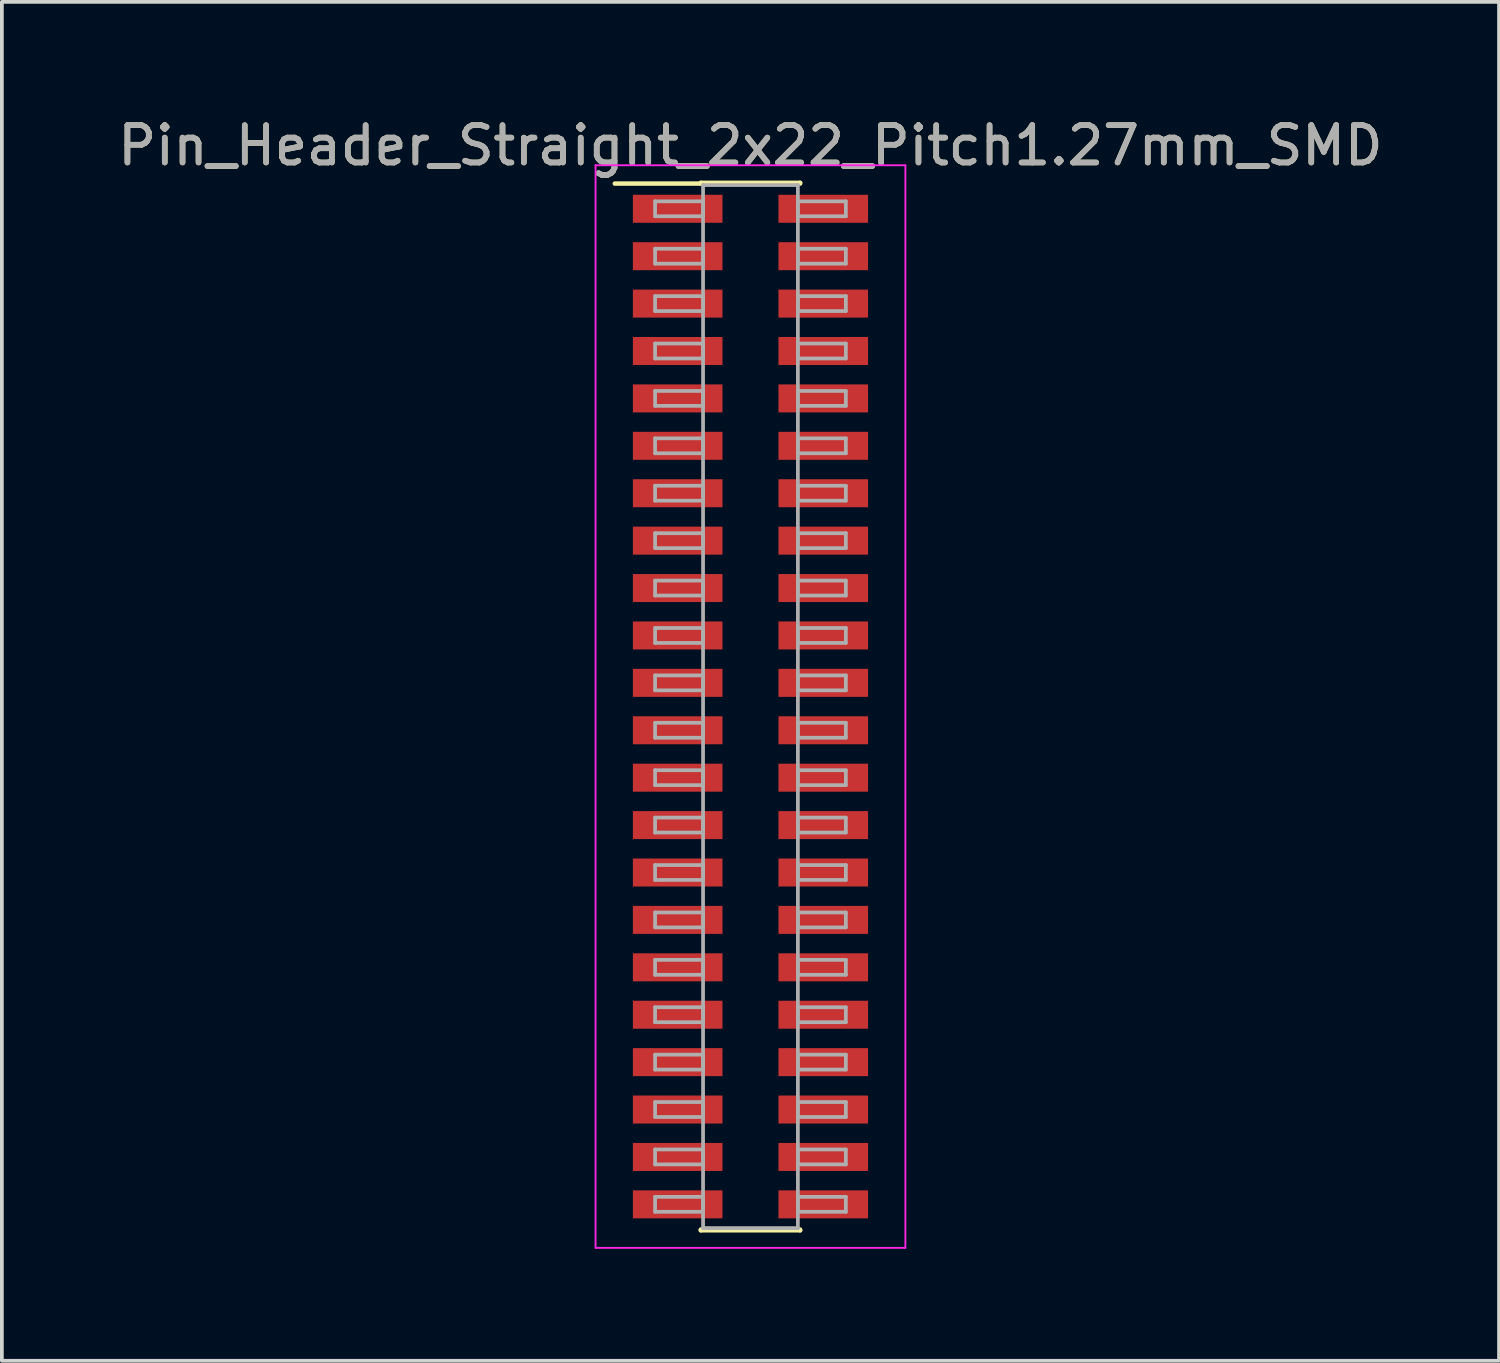
<source format=kicad_pcb>
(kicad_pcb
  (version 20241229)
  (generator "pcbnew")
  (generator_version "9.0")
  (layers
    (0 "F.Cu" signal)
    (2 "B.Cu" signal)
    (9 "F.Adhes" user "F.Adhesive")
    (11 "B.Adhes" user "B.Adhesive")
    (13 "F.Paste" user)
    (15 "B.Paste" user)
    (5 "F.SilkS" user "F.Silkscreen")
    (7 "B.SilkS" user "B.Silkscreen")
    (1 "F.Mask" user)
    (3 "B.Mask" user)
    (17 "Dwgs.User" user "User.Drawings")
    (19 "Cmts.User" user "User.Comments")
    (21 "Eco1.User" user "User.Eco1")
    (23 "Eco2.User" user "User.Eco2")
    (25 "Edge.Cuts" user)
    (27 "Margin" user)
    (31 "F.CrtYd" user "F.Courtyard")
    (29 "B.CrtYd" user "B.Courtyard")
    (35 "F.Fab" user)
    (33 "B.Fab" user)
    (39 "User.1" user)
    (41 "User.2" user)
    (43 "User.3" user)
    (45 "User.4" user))
  (footprint "Pin_Header_Straight_2x22_Pitch1.27mm_SMD"
    (layer "F.Cu")
    (at 17.054 15.878)
    (property "Reference" "Pin_Header_Straight_2x22_Pitch1.27mm_SMD" (at 0 -15.03 0) (layer "F.SilkS") (effects (font (size 1 1) (thickness 0.15))))
    (attr smd)
    (fp_line (start -3.635 -14.01) (end -1.33 -14.01) (stroke (width 0.12) (type solid)) (layer "F.SilkS"))
    (fp_line (start -1.33 -14.03) (end 1.33 -14.03) (stroke (width 0.12) (type solid)) (layer "F.SilkS"))
    (fp_line (start -1.33 -14.01) (end -1.33 -14.03) (stroke (width 0.12) (type solid)) (layer "F.SilkS"))
    (fp_line (start -1.33 14.01) (end -1.33 14.03) (stroke (width 0.12) (type solid)) (layer "F.SilkS"))
    (fp_line (start -1.33 14.03) (end 1.33 14.03) (stroke (width 0.12) (type solid)) (layer "F.SilkS"))
    (fp_line (start 1.33 -14.03) (end 1.33 -14.01) (stroke (width 0.12) (type solid)) (layer "F.SilkS"))
    (fp_line (start 1.33 14.03) (end 1.33 14.01) (stroke (width 0.12) (type solid)) (layer "F.SilkS"))
    (fp_line (start -4.15 -14.5) (end -4.15 14.5) (stroke (width 0.05) (type solid)) (layer "F.CrtYd"))
    (fp_line (start -4.15 14.5) (end 4.15 14.5) (stroke (width 0.05) (type solid)) (layer "F.CrtYd"))
    (fp_line (start 4.15 -14.5) (end -4.15 -14.5) (stroke (width 0.05) (type solid)) (layer "F.CrtYd"))
    (fp_line (start 4.15 14.5) (end 4.15 -14.5) (stroke (width 0.05) (type solid)) (layer "F.CrtYd"))
    (fp_line (start -2.555 -13.535) (end -1.27 -13.535) (stroke (width 0.1) (type solid)) (layer "F.Fab"))
    (fp_line (start -2.555 -13.135) (end -2.555 -13.535) (stroke (width 0.1) (type solid)) (layer "F.Fab"))
    (fp_line (start -2.555 -12.265) (end -1.27 -12.265) (stroke (width 0.1) (type solid)) (layer "F.Fab"))
    (fp_line (start -2.555 -11.865) (end -2.555 -12.265) (stroke (width 0.1) (type solid)) (layer "F.Fab"))
    (fp_line (start -2.555 -10.995) (end -1.27 -10.995) (stroke (width 0.1) (type solid)) (layer "F.Fab"))
    (fp_line (start -2.555 -10.595) (end -2.555 -10.995) (stroke (width 0.1) (type solid)) (layer "F.Fab"))
    (fp_line (start -2.555 -9.725) (end -1.27 -9.725) (stroke (width 0.1) (type solid)) (layer "F.Fab"))
    (fp_line (start -2.555 -9.325) (end -2.555 -9.725) (stroke (width 0.1) (type solid)) (layer "F.Fab"))
    (fp_line (start -2.555 -8.455) (end -1.27 -8.455) (stroke (width 0.1) (type solid)) (layer "F.Fab"))
    (fp_line (start -2.555 -8.055) (end -2.555 -8.455) (stroke (width 0.1) (type solid)) (layer "F.Fab"))
    (fp_line (start -2.555 -7.185) (end -1.27 -7.185) (stroke (width 0.1) (type solid)) (layer "F.Fab"))
    (fp_line (start -2.555 -6.785) (end -2.555 -7.185) (stroke (width 0.1) (type solid)) (layer "F.Fab"))
    (fp_line (start -2.555 -5.915) (end -1.27 -5.915) (stroke (width 0.1) (type solid)) (layer "F.Fab"))
    (fp_line (start -2.555 -5.515) (end -2.555 -5.915) (stroke (width 0.1) (type solid)) (layer "F.Fab"))
    (fp_line (start -2.555 -4.645) (end -1.27 -4.645) (stroke (width 0.1) (type solid)) (layer "F.Fab"))
    (fp_line (start -2.555 -4.245) (end -2.555 -4.645) (stroke (width 0.1) (type solid)) (layer "F.Fab"))
    (fp_line (start -2.555 -3.375) (end -1.27 -3.375) (stroke (width 0.1) (type solid)) (layer "F.Fab"))
    (fp_line (start -2.555 -2.975) (end -2.555 -3.375) (stroke (width 0.1) (type solid)) (layer "F.Fab"))
    (fp_line (start -2.555 -2.105) (end -1.27 -2.105) (stroke (width 0.1) (type solid)) (layer "F.Fab"))
    (fp_line (start -2.555 -1.705) (end -2.555 -2.105) (stroke (width 0.1) (type solid)) (layer "F.Fab"))
    (fp_line (start -2.555 -0.835) (end -1.27 -0.835) (stroke (width 0.1) (type solid)) (layer "F.Fab"))
    (fp_line (start -2.555 -0.435) (end -2.555 -0.835) (stroke (width 0.1) (type solid)) (layer "F.Fab"))
    (fp_line (start -2.555 0.435) (end -1.27 0.435) (stroke (width 0.1) (type solid)) (layer "F.Fab"))
    (fp_line (start -2.555 0.835) (end -2.555 0.435) (stroke (width 0.1) (type solid)) (layer "F.Fab"))
    (fp_line (start -2.555 1.705) (end -1.27 1.705) (stroke (width 0.1) (type solid)) (layer "F.Fab"))
    (fp_line (start -2.555 2.105) (end -2.555 1.705) (stroke (width 0.1) (type solid)) (layer "F.Fab"))
    (fp_line (start -2.555 2.975) (end -1.27 2.975) (stroke (width 0.1) (type solid)) (layer "F.Fab"))
    (fp_line (start -2.555 3.375) (end -2.555 2.975) (stroke (width 0.1) (type solid)) (layer "F.Fab"))
    (fp_line (start -2.555 4.245) (end -1.27 4.245) (stroke (width 0.1) (type solid)) (layer "F.Fab"))
    (fp_line (start -2.555 4.645) (end -2.555 4.245) (stroke (width 0.1) (type solid)) (layer "F.Fab"))
    (fp_line (start -2.555 5.515) (end -1.27 5.515) (stroke (width 0.1) (type solid)) (layer "F.Fab"))
    (fp_line (start -2.555 5.915) (end -2.555 5.515) (stroke (width 0.1) (type solid)) (layer "F.Fab"))
    (fp_line (start -2.555 6.785) (end -1.27 6.785) (stroke (width 0.1) (type solid)) (layer "F.Fab"))
    (fp_line (start -2.555 7.185) (end -2.555 6.785) (stroke (width 0.1) (type solid)) (layer "F.Fab"))
    (fp_line (start -2.555 8.055) (end -1.27 8.055) (stroke (width 0.1) (type solid)) (layer "F.Fab"))
    (fp_line (start -2.555 8.455) (end -2.555 8.055) (stroke (width 0.1) (type solid)) (layer "F.Fab"))
    (fp_line (start -2.555 9.325) (end -1.27 9.325) (stroke (width 0.1) (type solid)) (layer "F.Fab"))
    (fp_line (start -2.555 9.725) (end -2.555 9.325) (stroke (width 0.1) (type solid)) (layer "F.Fab"))
    (fp_line (start -2.555 10.595) (end -1.27 10.595) (stroke (width 0.1) (type solid)) (layer "F.Fab"))
    (fp_line (start -2.555 10.995) (end -2.555 10.595) (stroke (width 0.1) (type solid)) (layer "F.Fab"))
    (fp_line (start -2.555 11.865) (end -1.27 11.865) (stroke (width 0.1) (type solid)) (layer "F.Fab"))
    (fp_line (start -2.555 12.265) (end -2.555 11.865) (stroke (width 0.1) (type solid)) (layer "F.Fab"))
    (fp_line (start -2.555 13.135) (end -1.27 13.135) (stroke (width 0.1) (type solid)) (layer "F.Fab"))
    (fp_line (start -2.555 13.535) (end -2.555 13.135) (stroke (width 0.1) (type solid)) (layer "F.Fab"))
    (fp_line (start -1.27 -13.97) (end -1.27 13.97) (stroke (width 0.1) (type solid)) (layer "F.Fab"))
    (fp_line (start -1.27 -13.535) (end -1.27 -13.135) (stroke (width 0.1) (type solid)) (layer "F.Fab"))
    (fp_line (start -1.27 -13.135) (end -2.555 -13.135) (stroke (width 0.1) (type solid)) (layer "F.Fab"))
    (fp_line (start -1.27 -12.265) (end -1.27 -11.865) (stroke (width 0.1) (type solid)) (layer "F.Fab"))
    (fp_line (start -1.27 -11.865) (end -2.555 -11.865) (stroke (width 0.1) (type solid)) (layer "F.Fab"))
    (fp_line (start -1.27 -10.995) (end -1.27 -10.595) (stroke (width 0.1) (type solid)) (layer "F.Fab"))
    (fp_line (start -1.27 -10.595) (end -2.555 -10.595) (stroke (width 0.1) (type solid)) (layer "F.Fab"))
    (fp_line (start -1.27 -9.725) (end -1.27 -9.325) (stroke (width 0.1) (type solid)) (layer "F.Fab"))
    (fp_line (start -1.27 -9.325) (end -2.555 -9.325) (stroke (width 0.1) (type solid)) (layer "F.Fab"))
    (fp_line (start -1.27 -8.455) (end -1.27 -8.055) (stroke (width 0.1) (type solid)) (layer "F.Fab"))
    (fp_line (start -1.27 -8.055) (end -2.555 -8.055) (stroke (width 0.1) (type solid)) (layer "F.Fab"))
    (fp_line (start -1.27 -7.185) (end -1.27 -6.785) (stroke (width 0.1) (type solid)) (layer "F.Fab"))
    (fp_line (start -1.27 -6.785) (end -2.555 -6.785) (stroke (width 0.1) (type solid)) (layer "F.Fab"))
    (fp_line (start -1.27 -5.915) (end -1.27 -5.515) (stroke (width 0.1) (type solid)) (layer "F.Fab"))
    (fp_line (start -1.27 -5.515) (end -2.555 -5.515) (stroke (width 0.1) (type solid)) (layer "F.Fab"))
    (fp_line (start -1.27 -4.645) (end -1.27 -4.245) (stroke (width 0.1) (type solid)) (layer "F.Fab"))
    (fp_line (start -1.27 -4.245) (end -2.555 -4.245) (stroke (width 0.1) (type solid)) (layer "F.Fab"))
    (fp_line (start -1.27 -3.375) (end -1.27 -2.975) (stroke (width 0.1) (type solid)) (layer "F.Fab"))
    (fp_line (start -1.27 -2.975) (end -2.555 -2.975) (stroke (width 0.1) (type solid)) (layer "F.Fab"))
    (fp_line (start -1.27 -2.105) (end -1.27 -1.705) (stroke (width 0.1) (type solid)) (layer "F.Fab"))
    (fp_line (start -1.27 -1.705) (end -2.555 -1.705) (stroke (width 0.1) (type solid)) (layer "F.Fab"))
    (fp_line (start -1.27 -0.835) (end -1.27 -0.435) (stroke (width 0.1) (type solid)) (layer "F.Fab"))
    (fp_line (start -1.27 -0.435) (end -2.555 -0.435) (stroke (width 0.1) (type solid)) (layer "F.Fab"))
    (fp_line (start -1.27 0.435) (end -1.27 0.835) (stroke (width 0.1) (type solid)) (layer "F.Fab"))
    (fp_line (start -1.27 0.835) (end -2.555 0.835) (stroke (width 0.1) (type solid)) (layer "F.Fab"))
    (fp_line (start -1.27 1.705) (end -1.27 2.105) (stroke (width 0.1) (type solid)) (layer "F.Fab"))
    (fp_line (start -1.27 2.105) (end -2.555 2.105) (stroke (width 0.1) (type solid)) (layer "F.Fab"))
    (fp_line (start -1.27 2.975) (end -1.27 3.375) (stroke (width 0.1) (type solid)) (layer "F.Fab"))
    (fp_line (start -1.27 3.375) (end -2.555 3.375) (stroke (width 0.1) (type solid)) (layer "F.Fab"))
    (fp_line (start -1.27 4.245) (end -1.27 4.645) (stroke (width 0.1) (type solid)) (layer "F.Fab"))
    (fp_line (start -1.27 4.645) (end -2.555 4.645) (stroke (width 0.1) (type solid)) (layer "F.Fab"))
    (fp_line (start -1.27 5.515) (end -1.27 5.915) (stroke (width 0.1) (type solid)) (layer "F.Fab"))
    (fp_line (start -1.27 5.915) (end -2.555 5.915) (stroke (width 0.1) (type solid)) (layer "F.Fab"))
    (fp_line (start -1.27 6.785) (end -1.27 7.185) (stroke (width 0.1) (type solid)) (layer "F.Fab"))
    (fp_line (start -1.27 7.185) (end -2.555 7.185) (stroke (width 0.1) (type solid)) (layer "F.Fab"))
    (fp_line (start -1.27 8.055) (end -1.27 8.455) (stroke (width 0.1) (type solid)) (layer "F.Fab"))
    (fp_line (start -1.27 8.455) (end -2.555 8.455) (stroke (width 0.1) (type solid)) (layer "F.Fab"))
    (fp_line (start -1.27 9.325) (end -1.27 9.725) (stroke (width 0.1) (type solid)) (layer "F.Fab"))
    (fp_line (start -1.27 9.725) (end -2.555 9.725) (stroke (width 0.1) (type solid)) (layer "F.Fab"))
    (fp_line (start -1.27 10.595) (end -1.27 10.995) (stroke (width 0.1) (type solid)) (layer "F.Fab"))
    (fp_line (start -1.27 10.995) (end -2.555 10.995) (stroke (width 0.1) (type solid)) (layer "F.Fab"))
    (fp_line (start -1.27 11.865) (end -1.27 12.265) (stroke (width 0.1) (type solid)) (layer "F.Fab"))
    (fp_line (start -1.27 12.265) (end -2.555 12.265) (stroke (width 0.1) (type solid)) (layer "F.Fab"))
    (fp_line (start -1.27 13.135) (end -1.27 13.535) (stroke (width 0.1) (type solid)) (layer "F.Fab"))
    (fp_line (start -1.27 13.535) (end -2.555 13.535) (stroke (width 0.1) (type solid)) (layer "F.Fab"))
    (fp_line (start -1.27 13.97) (end 1.27 13.97) (stroke (width 0.1) (type solid)) (layer "F.Fab"))
    (fp_line (start 1.27 -13.97) (end -1.27 -13.97) (stroke (width 0.1) (type solid)) (layer "F.Fab"))
    (fp_line (start 1.27 -13.535) (end 1.27 -13.135) (stroke (width 0.1) (type solid)) (layer "F.Fab"))
    (fp_line (start 1.27 -13.135) (end 2.555 -13.135) (stroke (width 0.1) (type solid)) (layer "F.Fab"))
    (fp_line (start 1.27 -12.265) (end 1.27 -11.865) (stroke (width 0.1) (type solid)) (layer "F.Fab"))
    (fp_line (start 1.27 -11.865) (end 2.555 -11.865) (stroke (width 0.1) (type solid)) (layer "F.Fab"))
    (fp_line (start 1.27 -10.995) (end 1.27 -10.595) (stroke (width 0.1) (type solid)) (layer "F.Fab"))
    (fp_line (start 1.27 -10.595) (end 2.555 -10.595) (stroke (width 0.1) (type solid)) (layer "F.Fab"))
    (fp_line (start 1.27 -9.725) (end 1.27 -9.325) (stroke (width 0.1) (type solid)) (layer "F.Fab"))
    (fp_line (start 1.27 -9.325) (end 2.555 -9.325) (stroke (width 0.1) (type solid)) (layer "F.Fab"))
    (fp_line (start 1.27 -8.455) (end 1.27 -8.055) (stroke (width 0.1) (type solid)) (layer "F.Fab"))
    (fp_line (start 1.27 -8.055) (end 2.555 -8.055) (stroke (width 0.1) (type solid)) (layer "F.Fab"))
    (fp_line (start 1.27 -7.185) (end 1.27 -6.785) (stroke (width 0.1) (type solid)) (layer "F.Fab"))
    (fp_line (start 1.27 -6.785) (end 2.555 -6.785) (stroke (width 0.1) (type solid)) (layer "F.Fab"))
    (fp_line (start 1.27 -5.915) (end 1.27 -5.515) (stroke (width 0.1) (type solid)) (layer "F.Fab"))
    (fp_line (start 1.27 -5.515) (end 2.555 -5.515) (stroke (width 0.1) (type solid)) (layer "F.Fab"))
    (fp_line (start 1.27 -4.645) (end 1.27 -4.245) (stroke (width 0.1) (type solid)) (layer "F.Fab"))
    (fp_line (start 1.27 -4.245) (end 2.555 -4.245) (stroke (width 0.1) (type solid)) (layer "F.Fab"))
    (fp_line (start 1.27 -3.375) (end 1.27 -2.975) (stroke (width 0.1) (type solid)) (layer "F.Fab"))
    (fp_line (start 1.27 -2.975) (end 2.555 -2.975) (stroke (width 0.1) (type solid)) (layer "F.Fab"))
    (fp_line (start 1.27 -2.105) (end 1.27 -1.705) (stroke (width 0.1) (type solid)) (layer "F.Fab"))
    (fp_line (start 1.27 -1.705) (end 2.555 -1.705) (stroke (width 0.1) (type solid)) (layer "F.Fab"))
    (fp_line (start 1.27 -0.835) (end 1.27 -0.435) (stroke (width 0.1) (type solid)) (layer "F.Fab"))
    (fp_line (start 1.27 -0.435) (end 2.555 -0.435) (stroke (width 0.1) (type solid)) (layer "F.Fab"))
    (fp_line (start 1.27 0.435) (end 1.27 0.835) (stroke (width 0.1) (type solid)) (layer "F.Fab"))
    (fp_line (start 1.27 0.835) (end 2.555 0.835) (stroke (width 0.1) (type solid)) (layer "F.Fab"))
    (fp_line (start 1.27 1.705) (end 1.27 2.105) (stroke (width 0.1) (type solid)) (layer "F.Fab"))
    (fp_line (start 1.27 2.105) (end 2.555 2.105) (stroke (width 0.1) (type solid)) (layer "F.Fab"))
    (fp_line (start 1.27 2.975) (end 1.27 3.375) (stroke (width 0.1) (type solid)) (layer "F.Fab"))
    (fp_line (start 1.27 3.375) (end 2.555 3.375) (stroke (width 0.1) (type solid)) (layer "F.Fab"))
    (fp_line (start 1.27 4.245) (end 1.27 4.645) (stroke (width 0.1) (type solid)) (layer "F.Fab"))
    (fp_line (start 1.27 4.645) (end 2.555 4.645) (stroke (width 0.1) (type solid)) (layer "F.Fab"))
    (fp_line (start 1.27 5.515) (end 1.27 5.915) (stroke (width 0.1) (type solid)) (layer "F.Fab"))
    (fp_line (start 1.27 5.915) (end 2.555 5.915) (stroke (width 0.1) (type solid)) (layer "F.Fab"))
    (fp_line (start 1.27 6.785) (end 1.27 7.185) (stroke (width 0.1) (type solid)) (layer "F.Fab"))
    (fp_line (start 1.27 7.185) (end 2.555 7.185) (stroke (width 0.1) (type solid)) (layer "F.Fab"))
    (fp_line (start 1.27 8.055) (end 1.27 8.455) (stroke (width 0.1) (type solid)) (layer "F.Fab"))
    (fp_line (start 1.27 8.455) (end 2.555 8.455) (stroke (width 0.1) (type solid)) (layer "F.Fab"))
    (fp_line (start 1.27 9.325) (end 1.27 9.725) (stroke (width 0.1) (type solid)) (layer "F.Fab"))
    (fp_line (start 1.27 9.725) (end 2.555 9.725) (stroke (width 0.1) (type solid)) (layer "F.Fab"))
    (fp_line (start 1.27 10.595) (end 1.27 10.995) (stroke (width 0.1) (type solid)) (layer "F.Fab"))
    (fp_line (start 1.27 10.995) (end 2.555 10.995) (stroke (width 0.1) (type solid)) (layer "F.Fab"))
    (fp_line (start 1.27 11.865) (end 1.27 12.265) (stroke (width 0.1) (type solid)) (layer "F.Fab"))
    (fp_line (start 1.27 12.265) (end 2.555 12.265) (stroke (width 0.1) (type solid)) (layer "F.Fab"))
    (fp_line (start 1.27 13.135) (end 1.27 13.535) (stroke (width 0.1) (type solid)) (layer "F.Fab"))
    (fp_line (start 1.27 13.535) (end 2.555 13.535) (stroke (width 0.1) (type solid)) (layer "F.Fab"))
    (fp_line (start 1.27 13.97) (end 1.27 -13.97) (stroke (width 0.1) (type solid)) (layer "F.Fab"))
    (fp_line (start 2.555 -13.535) (end 1.27 -13.535) (stroke (width 0.1) (type solid)) (layer "F.Fab"))
    (fp_line (start 2.555 -13.135) (end 2.555 -13.535) (stroke (width 0.1) (type solid)) (layer "F.Fab"))
    (fp_line (start 2.555 -12.265) (end 1.27 -12.265) (stroke (width 0.1) (type solid)) (layer "F.Fab"))
    (fp_line (start 2.555 -11.865) (end 2.555 -12.265) (stroke (width 0.1) (type solid)) (layer "F.Fab"))
    (fp_line (start 2.555 -10.995) (end 1.27 -10.995) (stroke (width 0.1) (type solid)) (layer "F.Fab"))
    (fp_line (start 2.555 -10.595) (end 2.555 -10.995) (stroke (width 0.1) (type solid)) (layer "F.Fab"))
    (fp_line (start 2.555 -9.725) (end 1.27 -9.725) (stroke (width 0.1) (type solid)) (layer "F.Fab"))
    (fp_line (start 2.555 -9.325) (end 2.555 -9.725) (stroke (width 0.1) (type solid)) (layer "F.Fab"))
    (fp_line (start 2.555 -8.455) (end 1.27 -8.455) (stroke (width 0.1) (type solid)) (layer "F.Fab"))
    (fp_line (start 2.555 -8.055) (end 2.555 -8.455) (stroke (width 0.1) (type solid)) (layer "F.Fab"))
    (fp_line (start 2.555 -7.185) (end 1.27 -7.185) (stroke (width 0.1) (type solid)) (layer "F.Fab"))
    (fp_line (start 2.555 -6.785) (end 2.555 -7.185) (stroke (width 0.1) (type solid)) (layer "F.Fab"))
    (fp_line (start 2.555 -5.915) (end 1.27 -5.915) (stroke (width 0.1) (type solid)) (layer "F.Fab"))
    (fp_line (start 2.555 -5.515) (end 2.555 -5.915) (stroke (width 0.1) (type solid)) (layer "F.Fab"))
    (fp_line (start 2.555 -4.645) (end 1.27 -4.645) (stroke (width 0.1) (type solid)) (layer "F.Fab"))
    (fp_line (start 2.555 -4.245) (end 2.555 -4.645) (stroke (width 0.1) (type solid)) (layer "F.Fab"))
    (fp_line (start 2.555 -3.375) (end 1.27 -3.375) (stroke (width 0.1) (type solid)) (layer "F.Fab"))
    (fp_line (start 2.555 -2.975) (end 2.555 -3.375) (stroke (width 0.1) (type solid)) (layer "F.Fab"))
    (fp_line (start 2.555 -2.105) (end 1.27 -2.105) (stroke (width 0.1) (type solid)) (layer "F.Fab"))
    (fp_line (start 2.555 -1.705) (end 2.555 -2.105) (stroke (width 0.1) (type solid)) (layer "F.Fab"))
    (fp_line (start 2.555 -0.835) (end 1.27 -0.835) (stroke (width 0.1) (type solid)) (layer "F.Fab"))
    (fp_line (start 2.555 -0.435) (end 2.555 -0.835) (stroke (width 0.1) (type solid)) (layer "F.Fab"))
    (fp_line (start 2.555 0.435) (end 1.27 0.435) (stroke (width 0.1) (type solid)) (layer "F.Fab"))
    (fp_line (start 2.555 0.835) (end 2.555 0.435) (stroke (width 0.1) (type solid)) (layer "F.Fab"))
    (fp_line (start 2.555 1.705) (end 1.27 1.705) (stroke (width 0.1) (type solid)) (layer "F.Fab"))
    (fp_line (start 2.555 2.105) (end 2.555 1.705) (stroke (width 0.1) (type solid)) (layer "F.Fab"))
    (fp_line (start 2.555 2.975) (end 1.27 2.975) (stroke (width 0.1) (type solid)) (layer "F.Fab"))
    (fp_line (start 2.555 3.375) (end 2.555 2.975) (stroke (width 0.1) (type solid)) (layer "F.Fab"))
    (fp_line (start 2.555 4.245) (end 1.27 4.245) (stroke (width 0.1) (type solid)) (layer "F.Fab"))
    (fp_line (start 2.555 4.645) (end 2.555 4.245) (stroke (width 0.1) (type solid)) (layer "F.Fab"))
    (fp_line (start 2.555 5.515) (end 1.27 5.515) (stroke (width 0.1) (type solid)) (layer "F.Fab"))
    (fp_line (start 2.555 5.915) (end 2.555 5.515) (stroke (width 0.1) (type solid)) (layer "F.Fab"))
    (fp_line (start 2.555 6.785) (end 1.27 6.785) (stroke (width 0.1) (type solid)) (layer "F.Fab"))
    (fp_line (start 2.555 7.185) (end 2.555 6.785) (stroke (width 0.1) (type solid)) (layer "F.Fab"))
    (fp_line (start 2.555 8.055) (end 1.27 8.055) (stroke (width 0.1) (type solid)) (layer "F.Fab"))
    (fp_line (start 2.555 8.455) (end 2.555 8.055) (stroke (width 0.1) (type solid)) (layer "F.Fab"))
    (fp_line (start 2.555 9.325) (end 1.27 9.325) (stroke (width 0.1) (type solid)) (layer "F.Fab"))
    (fp_line (start 2.555 9.725) (end 2.555 9.325) (stroke (width 0.1) (type solid)) (layer "F.Fab"))
    (fp_line (start 2.555 10.595) (end 1.27 10.595) (stroke (width 0.1) (type solid)) (layer "F.Fab"))
    (fp_line (start 2.555 10.995) (end 2.555 10.595) (stroke (width 0.1) (type solid)) (layer "F.Fab"))
    (fp_line (start 2.555 11.865) (end 1.27 11.865) (stroke (width 0.1) (type solid)) (layer "F.Fab"))
    (fp_line (start 2.555 12.265) (end 2.555 11.865) (stroke (width 0.1) (type solid)) (layer "F.Fab"))
    (fp_line (start 2.555 13.135) (end 1.27 13.135) (stroke (width 0.1) (type solid)) (layer "F.Fab"))
    (fp_line (start 2.555 13.535) (end 2.555 13.135) (stroke (width 0.1) (type solid)) (layer "F.Fab"))
    (fp_text user "${REFERENCE}" (at 0 -15.03 0) (layer "F.Fab") (effects (font (size 1 1) (thickness 0.15))))
    (pad "1" smd rect (at -1.95 -13.335) (size 2.4 0.75) (layers "F.Cu" "F.Mask" "F.Paste"))
    (pad "2" smd rect (at 1.95 -13.335) (size 2.4 0.75) (layers "F.Cu" "F.Mask" "F.Paste"))
    (pad "3" smd rect (at -1.95 -12.065) (size 2.4 0.75) (layers "F.Cu" "F.Mask" "F.Paste"))
    (pad "4" smd rect (at 1.95 -12.065) (size 2.4 0.75) (layers "F.Cu" "F.Mask" "F.Paste"))
    (pad "5" smd rect (at -1.95 -10.795) (size 2.4 0.75) (layers "F.Cu" "F.Mask" "F.Paste"))
    (pad "6" smd rect (at 1.95 -10.795) (size 2.4 0.75) (layers "F.Cu" "F.Mask" "F.Paste"))
    (pad "7" smd rect (at -1.95 -9.525) (size 2.4 0.75) (layers "F.Cu" "F.Mask" "F.Paste"))
    (pad "8" smd rect (at 1.95 -9.525) (size 2.4 0.75) (layers "F.Cu" "F.Mask" "F.Paste"))
    (pad "9" smd rect (at -1.95 -8.255) (size 2.4 0.75) (layers "F.Cu" "F.Mask" "F.Paste"))
    (pad "10" smd rect (at 1.95 -8.255) (size 2.4 0.75) (layers "F.Cu" "F.Mask" "F.Paste"))
    (pad "11" smd rect (at -1.95 -6.985) (size 2.4 0.75) (layers "F.Cu" "F.Mask" "F.Paste"))
    (pad "12" smd rect (at 1.95 -6.985) (size 2.4 0.75) (layers "F.Cu" "F.Mask" "F.Paste"))
    (pad "13" smd rect (at -1.95 -5.715) (size 2.4 0.75) (layers "F.Cu" "F.Mask" "F.Paste"))
    (pad "14" smd rect (at 1.95 -5.715) (size 2.4 0.75) (layers "F.Cu" "F.Mask" "F.Paste"))
    (pad "15" smd rect (at -1.95 -4.445) (size 2.4 0.75) (layers "F.Cu" "F.Mask" "F.Paste"))
    (pad "16" smd rect (at 1.95 -4.445) (size 2.4 0.75) (layers "F.Cu" "F.Mask" "F.Paste"))
    (pad "17" smd rect (at -1.95 -3.175) (size 2.4 0.75) (layers "F.Cu" "F.Mask" "F.Paste"))
    (pad "18" smd rect (at 1.95 -3.175) (size 2.4 0.75) (layers "F.Cu" "F.Mask" "F.Paste"))
    (pad "19" smd rect (at -1.95 -1.905) (size 2.4 0.75) (layers "F.Cu" "F.Mask" "F.Paste"))
    (pad "20" smd rect (at 1.95 -1.905) (size 2.4 0.75) (layers "F.Cu" "F.Mask" "F.Paste"))
    (pad "21" smd rect (at -1.95 -0.635) (size 2.4 0.75) (layers "F.Cu" "F.Mask" "F.Paste"))
    (pad "22" smd rect (at 1.95 -0.635) (size 2.4 0.75) (layers "F.Cu" "F.Mask" "F.Paste"))
    (pad "23" smd rect (at -1.95 0.635) (size 2.4 0.75) (layers "F.Cu" "F.Mask" "F.Paste"))
    (pad "24" smd rect (at 1.95 0.635) (size 2.4 0.75) (layers "F.Cu" "F.Mask" "F.Paste"))
    (pad "25" smd rect (at -1.95 1.905) (size 2.4 0.75) (layers "F.Cu" "F.Mask" "F.Paste"))
    (pad "26" smd rect (at 1.95 1.905) (size 2.4 0.75) (layers "F.Cu" "F.Mask" "F.Paste"))
    (pad "27" smd rect (at -1.95 3.175) (size 2.4 0.75) (layers "F.Cu" "F.Mask" "F.Paste"))
    (pad "28" smd rect (at 1.95 3.175) (size 2.4 0.75) (layers "F.Cu" "F.Mask" "F.Paste"))
    (pad "29" smd rect (at -1.95 4.445) (size 2.4 0.75) (layers "F.Cu" "F.Mask" "F.Paste"))
    (pad "30" smd rect (at 1.95 4.445) (size 2.4 0.75) (layers "F.Cu" "F.Mask" "F.Paste"))
    (pad "31" smd rect (at -1.95 5.715) (size 2.4 0.75) (layers "F.Cu" "F.Mask" "F.Paste"))
    (pad "32" smd rect (at 1.95 5.715) (size 2.4 0.75) (layers "F.Cu" "F.Mask" "F.Paste"))
    (pad "33" smd rect (at -1.95 6.985) (size 2.4 0.75) (layers "F.Cu" "F.Mask" "F.Paste"))
    (pad "34" smd rect (at 1.95 6.985) (size 2.4 0.75) (layers "F.Cu" "F.Mask" "F.Paste"))
    (pad "35" smd rect (at -1.95 8.255) (size 2.4 0.75) (layers "F.Cu" "F.Mask" "F.Paste"))
    (pad "36" smd rect (at 1.95 8.255) (size 2.4 0.75) (layers "F.Cu" "F.Mask" "F.Paste"))
    (pad "37" smd rect (at -1.95 9.525) (size 2.4 0.75) (layers "F.Cu" "F.Mask" "F.Paste"))
    (pad "38" smd rect (at 1.95 9.525) (size 2.4 0.75) (layers "F.Cu" "F.Mask" "F.Paste"))
    (pad "39" smd rect (at -1.95 10.795) (size 2.4 0.75) (layers "F.Cu" "F.Mask" "F.Paste"))
    (pad "40" smd rect (at 1.95 10.795) (size 2.4 0.75) (layers "F.Cu" "F.Mask" "F.Paste"))
    (pad "41" smd rect (at -1.95 12.065) (size 2.4 0.75) (layers "F.Cu" "F.Mask" "F.Paste"))
    (pad "42" smd rect (at 1.95 12.065) (size 2.4 0.75) (layers "F.Cu" "F.Mask" "F.Paste"))
    (pad "43" smd rect (at -1.95 13.335) (size 2.4 0.75) (layers "F.Cu" "F.Mask" "F.Paste"))
    (pad "44" smd rect (at 1.95 13.335) (size 2.4 0.75) (layers "F.Cu" "F.Mask" "F.Paste")))
  (gr_rect
    (start -3 -3)
    (end 37.107 33.403)
    (stroke (width 0.1) (type default))
    (fill no)
    (layer "Edge.Cuts")))
</source>
